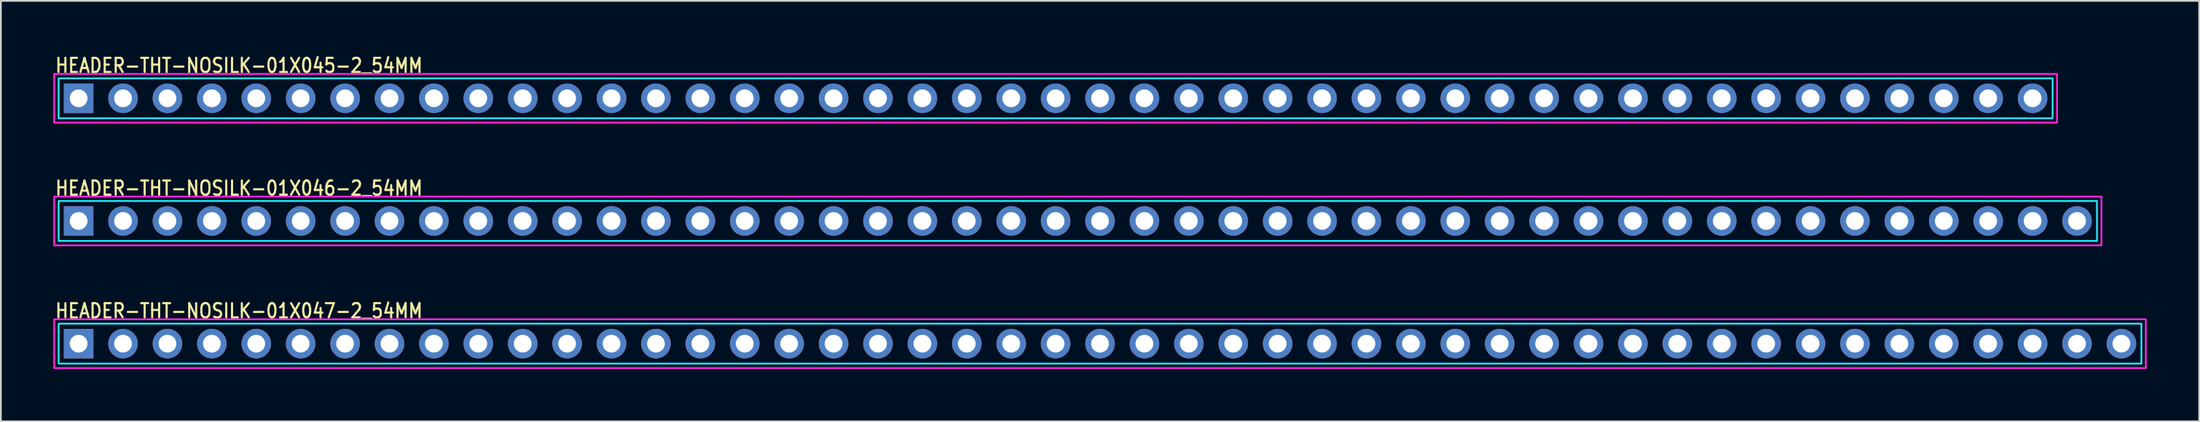
<source format=kicad_pcb>
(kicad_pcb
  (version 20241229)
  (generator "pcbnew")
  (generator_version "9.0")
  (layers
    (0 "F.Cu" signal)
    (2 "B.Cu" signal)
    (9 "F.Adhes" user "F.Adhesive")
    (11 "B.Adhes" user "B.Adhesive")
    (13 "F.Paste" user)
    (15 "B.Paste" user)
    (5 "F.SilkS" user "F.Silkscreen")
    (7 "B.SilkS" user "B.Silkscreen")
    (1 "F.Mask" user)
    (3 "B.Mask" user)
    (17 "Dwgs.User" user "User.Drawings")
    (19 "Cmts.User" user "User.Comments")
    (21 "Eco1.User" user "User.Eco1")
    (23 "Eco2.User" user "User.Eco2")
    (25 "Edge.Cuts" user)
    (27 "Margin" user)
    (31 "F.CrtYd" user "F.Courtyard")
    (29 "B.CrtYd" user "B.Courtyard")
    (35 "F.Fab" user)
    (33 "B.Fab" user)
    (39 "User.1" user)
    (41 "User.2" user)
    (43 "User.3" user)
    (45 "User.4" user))
  (footprint "HEADER-THT-NOSILK-01X046-2_54MM"
    (layer "F.Cu")
    (at 1.447 9.604)
    (property "Reference" "HEADER-THT-NOSILK-01X046-2_54MM" (at -1.4 -1.4 0) (unlocked yes) (layer "F.SilkS") (effects (font (size 0.813 0.695) (thickness 0.122)) (justify left bottom)))
    (fp_poly (pts (xy -1.143 -1.143) (xy 115.443 -1.143) (xy 115.443 1.143) (xy -1.143 1.143)) (stroke (width 0.1) (type solid)) (fill no) (layer "B.CrtYd"))
    (fp_poly (pts (xy -1.397 -1.397) (xy 115.697 -1.397) (xy 115.697 1.397) (xy -1.397 1.397)) (stroke (width 0.1) (type solid)) (fill no) (layer "F.CrtYd"))
    (pad "1" thru_hole rect (at 0 0) (size 1.693 1.693) (drill 1.016) (layers "*.Cu" "*.Mask"))
    (pad "2" thru_hole oval (at 2.54 0) (size 1.693 1.693) (drill 1.016) (layers "*.Cu" "*.Mask"))
    (pad "3" thru_hole oval (at 5.08 0) (size 1.693 1.693) (drill 1.016) (layers "*.Cu" "*.Mask"))
    (pad "4" thru_hole oval (at 7.62 0) (size 1.693 1.693) (drill 1.016) (layers "*.Cu" "*.Mask"))
    (pad "5" thru_hole oval (at 10.16 0) (size 1.693 1.693) (drill 1.016) (layers "*.Cu" "*.Mask"))
    (pad "6" thru_hole oval (at 12.7 0) (size 1.693 1.693) (drill 1.016) (layers "*.Cu" "*.Mask"))
    (pad "7" thru_hole oval (at 15.24 0) (size 1.693 1.693) (drill 1.016) (layers "*.Cu" "*.Mask"))
    (pad "8" thru_hole oval (at 17.78 0) (size 1.693 1.693) (drill 1.016) (layers "*.Cu" "*.Mask"))
    (pad "9" thru_hole oval (at 20.32 0) (size 1.693 1.693) (drill 1.016) (layers "*.Cu" "*.Mask"))
    (pad "10" thru_hole oval (at 22.86 0) (size 1.693 1.693) (drill 1.016) (layers "*.Cu" "*.Mask"))
    (pad "11" thru_hole oval (at 25.4 0) (size 1.693 1.693) (drill 1.016) (layers "*.Cu" "*.Mask"))
    (pad "12" thru_hole oval (at 27.94 0) (size 1.693 1.693) (drill 1.016) (layers "*.Cu" "*.Mask"))
    (pad "13" thru_hole oval (at 30.48 0) (size 1.693 1.693) (drill 1.016) (layers "*.Cu" "*.Mask"))
    (pad "14" thru_hole oval (at 33.02 0) (size 1.693 1.693) (drill 1.016) (layers "*.Cu" "*.Mask"))
    (pad "15" thru_hole oval (at 35.56 0) (size 1.693 1.693) (drill 1.016) (layers "*.Cu" "*.Mask"))
    (pad "16" thru_hole oval (at 38.1 0) (size 1.693 1.693) (drill 1.016) (layers "*.Cu" "*.Mask"))
    (pad "17" thru_hole oval (at 40.64 0) (size 1.693 1.693) (drill 1.016) (layers "*.Cu" "*.Mask"))
    (pad "18" thru_hole oval (at 43.18 0) (size 1.693 1.693) (drill 1.016) (layers "*.Cu" "*.Mask"))
    (pad "19" thru_hole oval (at 45.72 0) (size 1.693 1.693) (drill 1.016) (layers "*.Cu" "*.Mask"))
    (pad "20" thru_hole oval (at 48.26 0) (size 1.693 1.693) (drill 1.016) (layers "*.Cu" "*.Mask"))
    (pad "21" thru_hole oval (at 50.8 0) (size 1.693 1.693) (drill 1.016) (layers "*.Cu" "*.Mask"))
    (pad "22" thru_hole oval (at 53.34 0) (size 1.693 1.693) (drill 1.016) (layers "*.Cu" "*.Mask"))
    (pad "23" thru_hole oval (at 55.88 0) (size 1.693 1.693) (drill 1.016) (layers "*.Cu" "*.Mask"))
    (pad "24" thru_hole oval (at 58.42 0) (size 1.693 1.693) (drill 1.016) (layers "*.Cu" "*.Mask"))
    (pad "25" thru_hole oval (at 60.96 0) (size 1.693 1.693) (drill 1.016) (layers "*.Cu" "*.Mask"))
    (pad "26" thru_hole oval (at 63.5 0) (size 1.693 1.693) (drill 1.016) (layers "*.Cu" "*.Mask"))
    (pad "27" thru_hole oval (at 66.04 0) (size 1.693 1.693) (drill 1.016) (layers "*.Cu" "*.Mask"))
    (pad "28" thru_hole oval (at 68.58 0) (size 1.693 1.693) (drill 1.016) (layers "*.Cu" "*.Mask"))
    (pad "29" thru_hole oval (at 71.12 0) (size 1.693 1.693) (drill 1.016) (layers "*.Cu" "*.Mask"))
    (pad "30" thru_hole oval (at 73.66 0) (size 1.693 1.693) (drill 1.016) (layers "*.Cu" "*.Mask"))
    (pad "31" thru_hole oval (at 76.2 0) (size 1.693 1.693) (drill 1.016) (layers "*.Cu" "*.Mask"))
    (pad "32" thru_hole oval (at 78.74 0) (size 1.693 1.693) (drill 1.016) (layers "*.Cu" "*.Mask"))
    (pad "33" thru_hole oval (at 81.28 0) (size 1.693 1.693) (drill 1.016) (layers "*.Cu" "*.Mask"))
    (pad "34" thru_hole oval (at 83.82 0) (size 1.693 1.693) (drill 1.016) (layers "*.Cu" "*.Mask"))
    (pad "35" thru_hole oval (at 86.36 0) (size 1.693 1.693) (drill 1.016) (layers "*.Cu" "*.Mask"))
    (pad "36" thru_hole oval (at 88.9 0) (size 1.693 1.693) (drill 1.016) (layers "*.Cu" "*.Mask"))
    (pad "37" thru_hole oval (at 91.44 0) (size 1.693 1.693) (drill 1.016) (layers "*.Cu" "*.Mask"))
    (pad "38" thru_hole oval (at 93.98 0) (size 1.693 1.693) (drill 1.016) (layers "*.Cu" "*.Mask"))
    (pad "39" thru_hole oval (at 96.52 0) (size 1.693 1.693) (drill 1.016) (layers "*.Cu" "*.Mask"))
    (pad "40" thru_hole oval (at 99.06 0) (size 1.693 1.693) (drill 1.016) (layers "*.Cu" "*.Mask"))
    (pad "41" thru_hole oval (at 101.6 0) (size 1.693 1.693) (drill 1.016) (layers "*.Cu" "*.Mask"))
    (pad "42" thru_hole oval (at 104.14 0) (size 1.693 1.693) (drill 1.016) (layers "*.Cu" "*.Mask"))
    (pad "43" thru_hole oval (at 106.68 0) (size 1.693 1.693) (drill 1.016) (layers "*.Cu" "*.Mask"))
    (pad "44" thru_hole oval (at 109.22 0) (size 1.693 1.693) (drill 1.016) (layers "*.Cu" "*.Mask"))
    (pad "45" thru_hole oval (at 111.76 0) (size 1.693 1.693) (drill 1.016) (layers "*.Cu" "*.Mask"))
    (pad "46" thru_hole oval (at 114.3 0) (size 1.693 1.693) (drill 1.016) (layers "*.Cu" "*.Mask")))
  (footprint "HEADER-THT-NOSILK-01X045-2_54MM"
    (layer "F.Cu")
    (at 1.447 2.579)
    (property "Reference" "HEADER-THT-NOSILK-01X045-2_54MM" (at -1.4 -1.4 0) (unlocked yes) (layer "F.SilkS") (effects (font (size 0.813 0.695) (thickness 0.122)) (justify left bottom)))
    (fp_poly (pts (xy -1.143 -1.143) (xy 112.903 -1.143) (xy 112.903 1.143) (xy -1.143 1.143)) (stroke (width 0.1) (type solid)) (fill no) (layer "B.CrtYd"))
    (fp_poly (pts (xy -1.397 -1.397) (xy 113.157 -1.397) (xy 113.157 1.397) (xy -1.397 1.397)) (stroke (width 0.1) (type solid)) (fill no) (layer "F.CrtYd"))
    (pad "1" thru_hole rect (at 0 0) (size 1.693 1.693) (drill 1.016) (layers "*.Cu" "*.Mask"))
    (pad "2" thru_hole oval (at 2.54 0) (size 1.693 1.693) (drill 1.016) (layers "*.Cu" "*.Mask"))
    (pad "3" thru_hole oval (at 5.08 0) (size 1.693 1.693) (drill 1.016) (layers "*.Cu" "*.Mask"))
    (pad "4" thru_hole oval (at 7.62 0) (size 1.693 1.693) (drill 1.016) (layers "*.Cu" "*.Mask"))
    (pad "5" thru_hole oval (at 10.16 0) (size 1.693 1.693) (drill 1.016) (layers "*.Cu" "*.Mask"))
    (pad "6" thru_hole oval (at 12.7 0) (size 1.693 1.693) (drill 1.016) (layers "*.Cu" "*.Mask"))
    (pad "7" thru_hole oval (at 15.24 0) (size 1.693 1.693) (drill 1.016) (layers "*.Cu" "*.Mask"))
    (pad "8" thru_hole oval (at 17.78 0) (size 1.693 1.693) (drill 1.016) (layers "*.Cu" "*.Mask"))
    (pad "9" thru_hole oval (at 20.32 0) (size 1.693 1.693) (drill 1.016) (layers "*.Cu" "*.Mask"))
    (pad "10" thru_hole oval (at 22.86 0) (size 1.693 1.693) (drill 1.016) (layers "*.Cu" "*.Mask"))
    (pad "11" thru_hole oval (at 25.4 0) (size 1.693 1.693) (drill 1.016) (layers "*.Cu" "*.Mask"))
    (pad "12" thru_hole oval (at 27.94 0) (size 1.693 1.693) (drill 1.016) (layers "*.Cu" "*.Mask"))
    (pad "13" thru_hole oval (at 30.48 0) (size 1.693 1.693) (drill 1.016) (layers "*.Cu" "*.Mask"))
    (pad "14" thru_hole oval (at 33.02 0) (size 1.693 1.693) (drill 1.016) (layers "*.Cu" "*.Mask"))
    (pad "15" thru_hole oval (at 35.56 0) (size 1.693 1.693) (drill 1.016) (layers "*.Cu" "*.Mask"))
    (pad "16" thru_hole oval (at 38.1 0) (size 1.693 1.693) (drill 1.016) (layers "*.Cu" "*.Mask"))
    (pad "17" thru_hole oval (at 40.64 0) (size 1.693 1.693) (drill 1.016) (layers "*.Cu" "*.Mask"))
    (pad "18" thru_hole oval (at 43.18 0) (size 1.693 1.693) (drill 1.016) (layers "*.Cu" "*.Mask"))
    (pad "19" thru_hole oval (at 45.72 0) (size 1.693 1.693) (drill 1.016) (layers "*.Cu" "*.Mask"))
    (pad "20" thru_hole oval (at 48.26 0) (size 1.693 1.693) (drill 1.016) (layers "*.Cu" "*.Mask"))
    (pad "21" thru_hole oval (at 50.8 0) (size 1.693 1.693) (drill 1.016) (layers "*.Cu" "*.Mask"))
    (pad "22" thru_hole oval (at 53.34 0) (size 1.693 1.693) (drill 1.016) (layers "*.Cu" "*.Mask"))
    (pad "23" thru_hole oval (at 55.88 0) (size 1.693 1.693) (drill 1.016) (layers "*.Cu" "*.Mask"))
    (pad "24" thru_hole oval (at 58.42 0) (size 1.693 1.693) (drill 1.016) (layers "*.Cu" "*.Mask"))
    (pad "25" thru_hole oval (at 60.96 0) (size 1.693 1.693) (drill 1.016) (layers "*.Cu" "*.Mask"))
    (pad "26" thru_hole oval (at 63.5 0) (size 1.693 1.693) (drill 1.016) (layers "*.Cu" "*.Mask"))
    (pad "27" thru_hole oval (at 66.04 0) (size 1.693 1.693) (drill 1.016) (layers "*.Cu" "*.Mask"))
    (pad "28" thru_hole oval (at 68.58 0) (size 1.693 1.693) (drill 1.016) (layers "*.Cu" "*.Mask"))
    (pad "29" thru_hole oval (at 71.12 0) (size 1.693 1.693) (drill 1.016) (layers "*.Cu" "*.Mask"))
    (pad "30" thru_hole oval (at 73.66 0) (size 1.693 1.693) (drill 1.016) (layers "*.Cu" "*.Mask"))
    (pad "31" thru_hole oval (at 76.2 0) (size 1.693 1.693) (drill 1.016) (layers "*.Cu" "*.Mask"))
    (pad "32" thru_hole oval (at 78.74 0) (size 1.693 1.693) (drill 1.016) (layers "*.Cu" "*.Mask"))
    (pad "33" thru_hole oval (at 81.28 0) (size 1.693 1.693) (drill 1.016) (layers "*.Cu" "*.Mask"))
    (pad "34" thru_hole oval (at 83.82 0) (size 1.693 1.693) (drill 1.016) (layers "*.Cu" "*.Mask"))
    (pad "35" thru_hole oval (at 86.36 0) (size 1.693 1.693) (drill 1.016) (layers "*.Cu" "*.Mask"))
    (pad "36" thru_hole oval (at 88.9 0) (size 1.693 1.693) (drill 1.016) (layers "*.Cu" "*.Mask"))
    (pad "37" thru_hole oval (at 91.44 0) (size 1.693 1.693) (drill 1.016) (layers "*.Cu" "*.Mask"))
    (pad "38" thru_hole oval (at 93.98 0) (size 1.693 1.693) (drill 1.016) (layers "*.Cu" "*.Mask"))
    (pad "39" thru_hole oval (at 96.52 0) (size 1.693 1.693) (drill 1.016) (layers "*.Cu" "*.Mask"))
    (pad "40" thru_hole oval (at 99.06 0) (size 1.693 1.693) (drill 1.016) (layers "*.Cu" "*.Mask"))
    (pad "41" thru_hole oval (at 101.6 0) (size 1.693 1.693) (drill 1.016) (layers "*.Cu" "*.Mask"))
    (pad "42" thru_hole oval (at 104.14 0) (size 1.693 1.693) (drill 1.016) (layers "*.Cu" "*.Mask"))
    (pad "43" thru_hole oval (at 106.68 0) (size 1.693 1.693) (drill 1.016) (layers "*.Cu" "*.Mask"))
    (pad "44" thru_hole oval (at 109.22 0) (size 1.693 1.693) (drill 1.016) (layers "*.Cu" "*.Mask"))
    (pad "45" thru_hole oval (at 111.76 0) (size 1.693 1.693) (drill 1.016) (layers "*.Cu" "*.Mask")))
  (footprint "HEADER-THT-NOSILK-01X047-2_54MM"
    (layer "F.Cu")
    (at 1.447 16.63)
    (property "Reference" "HEADER-THT-NOSILK-01X047-2_54MM" (at -1.4 -1.4 0) (unlocked yes) (layer "F.SilkS") (effects (font (size 0.813 0.695) (thickness 0.122)) (justify left bottom)))
    (fp_poly (pts (xy -1.143 -1.143) (xy 117.983 -1.143) (xy 117.983 1.143) (xy -1.143 1.143)) (stroke (width 0.1) (type solid)) (fill no) (layer "B.CrtYd"))
    (fp_poly (pts (xy -1.397 -1.397) (xy 118.237 -1.397) (xy 118.237 1.397) (xy -1.397 1.397)) (stroke (width 0.1) (type solid)) (fill no) (layer "F.CrtYd"))
    (pad "1" thru_hole rect (at 0 0) (size 1.693 1.693) (drill 1.016) (layers "*.Cu" "*.Mask"))
    (pad "2" thru_hole oval (at 2.54 0) (size 1.693 1.693) (drill 1.016) (layers "*.Cu" "*.Mask"))
    (pad "3" thru_hole oval (at 5.08 0) (size 1.693 1.693) (drill 1.016) (layers "*.Cu" "*.Mask"))
    (pad "4" thru_hole oval (at 7.62 0) (size 1.693 1.693) (drill 1.016) (layers "*.Cu" "*.Mask"))
    (pad "5" thru_hole oval (at 10.16 0) (size 1.693 1.693) (drill 1.016) (layers "*.Cu" "*.Mask"))
    (pad "6" thru_hole oval (at 12.7 0) (size 1.693 1.693) (drill 1.016) (layers "*.Cu" "*.Mask"))
    (pad "7" thru_hole oval (at 15.24 0) (size 1.693 1.693) (drill 1.016) (layers "*.Cu" "*.Mask"))
    (pad "8" thru_hole oval (at 17.78 0) (size 1.693 1.693) (drill 1.016) (layers "*.Cu" "*.Mask"))
    (pad "9" thru_hole oval (at 20.32 0) (size 1.693 1.693) (drill 1.016) (layers "*.Cu" "*.Mask"))
    (pad "10" thru_hole oval (at 22.86 0) (size 1.693 1.693) (drill 1.016) (layers "*.Cu" "*.Mask"))
    (pad "11" thru_hole oval (at 25.4 0) (size 1.693 1.693) (drill 1.016) (layers "*.Cu" "*.Mask"))
    (pad "12" thru_hole oval (at 27.94 0) (size 1.693 1.693) (drill 1.016) (layers "*.Cu" "*.Mask"))
    (pad "13" thru_hole oval (at 30.48 0) (size 1.693 1.693) (drill 1.016) (layers "*.Cu" "*.Mask"))
    (pad "14" thru_hole oval (at 33.02 0) (size 1.693 1.693) (drill 1.016) (layers "*.Cu" "*.Mask"))
    (pad "15" thru_hole oval (at 35.56 0) (size 1.693 1.693) (drill 1.016) (layers "*.Cu" "*.Mask"))
    (pad "16" thru_hole oval (at 38.1 0) (size 1.693 1.693) (drill 1.016) (layers "*.Cu" "*.Mask"))
    (pad "17" thru_hole oval (at 40.64 0) (size 1.693 1.693) (drill 1.016) (layers "*.Cu" "*.Mask"))
    (pad "18" thru_hole oval (at 43.18 0) (size 1.693 1.693) (drill 1.016) (layers "*.Cu" "*.Mask"))
    (pad "19" thru_hole oval (at 45.72 0) (size 1.693 1.693) (drill 1.016) (layers "*.Cu" "*.Mask"))
    (pad "20" thru_hole oval (at 48.26 0) (size 1.693 1.693) (drill 1.016) (layers "*.Cu" "*.Mask"))
    (pad "21" thru_hole oval (at 50.8 0) (size 1.693 1.693) (drill 1.016) (layers "*.Cu" "*.Mask"))
    (pad "22" thru_hole oval (at 53.34 0) (size 1.693 1.693) (drill 1.016) (layers "*.Cu" "*.Mask"))
    (pad "23" thru_hole oval (at 55.88 0) (size 1.693 1.693) (drill 1.016) (layers "*.Cu" "*.Mask"))
    (pad "24" thru_hole oval (at 58.42 0) (size 1.693 1.693) (drill 1.016) (layers "*.Cu" "*.Mask"))
    (pad "25" thru_hole oval (at 60.96 0) (size 1.693 1.693) (drill 1.016) (layers "*.Cu" "*.Mask"))
    (pad "26" thru_hole oval (at 63.5 0) (size 1.693 1.693) (drill 1.016) (layers "*.Cu" "*.Mask"))
    (pad "27" thru_hole oval (at 66.04 0) (size 1.693 1.693) (drill 1.016) (layers "*.Cu" "*.Mask"))
    (pad "28" thru_hole oval (at 68.58 0) (size 1.693 1.693) (drill 1.016) (layers "*.Cu" "*.Mask"))
    (pad "29" thru_hole oval (at 71.12 0) (size 1.693 1.693) (drill 1.016) (layers "*.Cu" "*.Mask"))
    (pad "30" thru_hole oval (at 73.66 0) (size 1.693 1.693) (drill 1.016) (layers "*.Cu" "*.Mask"))
    (pad "31" thru_hole oval (at 76.2 0) (size 1.693 1.693) (drill 1.016) (layers "*.Cu" "*.Mask"))
    (pad "32" thru_hole oval (at 78.74 0) (size 1.693 1.693) (drill 1.016) (layers "*.Cu" "*.Mask"))
    (pad "33" thru_hole oval (at 81.28 0) (size 1.693 1.693) (drill 1.016) (layers "*.Cu" "*.Mask"))
    (pad "34" thru_hole oval (at 83.82 0) (size 1.693 1.693) (drill 1.016) (layers "*.Cu" "*.Mask"))
    (pad "35" thru_hole oval (at 86.36 0) (size 1.693 1.693) (drill 1.016) (layers "*.Cu" "*.Mask"))
    (pad "36" thru_hole oval (at 88.9 0) (size 1.693 1.693) (drill 1.016) (layers "*.Cu" "*.Mask"))
    (pad "37" thru_hole oval (at 91.44 0) (size 1.693 1.693) (drill 1.016) (layers "*.Cu" "*.Mask"))
    (pad "38" thru_hole oval (at 93.98 0) (size 1.693 1.693) (drill 1.016) (layers "*.Cu" "*.Mask"))
    (pad "39" thru_hole oval (at 96.52 0) (size 1.693 1.693) (drill 1.016) (layers "*.Cu" "*.Mask"))
    (pad "40" thru_hole oval (at 99.06 0) (size 1.693 1.693) (drill 1.016) (layers "*.Cu" "*.Mask"))
    (pad "41" thru_hole oval (at 101.6 0) (size 1.693 1.693) (drill 1.016) (layers "*.Cu" "*.Mask"))
    (pad "42" thru_hole oval (at 104.14 0) (size 1.693 1.693) (drill 1.016) (layers "*.Cu" "*.Mask"))
    (pad "43" thru_hole oval (at 106.68 0) (size 1.693 1.693) (drill 1.016) (layers "*.Cu" "*.Mask"))
    (pad "44" thru_hole oval (at 109.22 0) (size 1.693 1.693) (drill 1.016) (layers "*.Cu" "*.Mask"))
    (pad "45" thru_hole oval (at 111.76 0) (size 1.693 1.693) (drill 1.016) (layers "*.Cu" "*.Mask"))
    (pad "46" thru_hole oval (at 114.3 0) (size 1.693 1.693) (drill 1.016) (layers "*.Cu" "*.Mask"))
    (pad "47" thru_hole oval (at 116.84 0) (size 1.693 1.693) (drill 1.016) (layers "*.Cu" "*.Mask")))
  (gr_rect
    (start -3 -3)
    (end 122.734 21.077)
    (stroke (width 0.1) (type default))
    (fill no)
    (layer "Edge.Cuts")))
</source>
